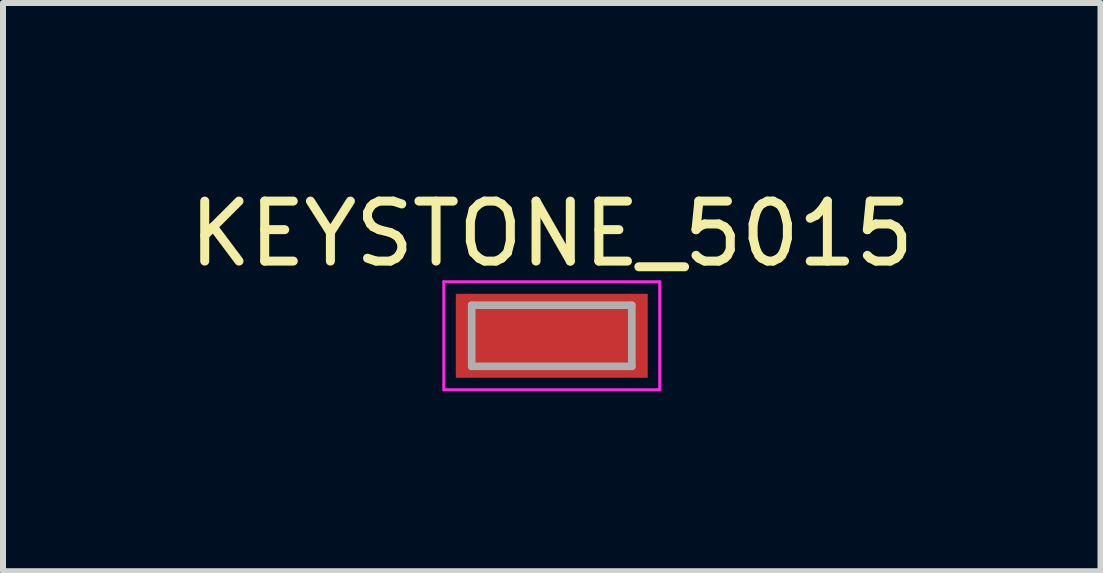
<source format=kicad_pcb>
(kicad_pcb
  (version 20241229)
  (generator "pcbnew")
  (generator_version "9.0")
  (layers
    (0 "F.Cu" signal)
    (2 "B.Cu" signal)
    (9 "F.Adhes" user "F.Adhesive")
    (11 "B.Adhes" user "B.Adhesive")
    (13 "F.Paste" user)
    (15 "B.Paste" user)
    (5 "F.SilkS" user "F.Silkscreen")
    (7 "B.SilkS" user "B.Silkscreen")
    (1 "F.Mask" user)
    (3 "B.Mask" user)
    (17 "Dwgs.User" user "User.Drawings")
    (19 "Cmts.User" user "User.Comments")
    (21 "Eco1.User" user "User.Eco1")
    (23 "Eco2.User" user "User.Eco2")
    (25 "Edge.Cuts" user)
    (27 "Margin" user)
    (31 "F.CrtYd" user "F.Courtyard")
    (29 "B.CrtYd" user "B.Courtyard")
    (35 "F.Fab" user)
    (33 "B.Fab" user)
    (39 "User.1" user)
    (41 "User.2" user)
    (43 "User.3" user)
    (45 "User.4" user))
  (footprint "KEYSTONE_5015"
    (layer "F.Cu")
    (at 6.149 2.548)
    (property "Reference" "KEYSTONE_5015" (at 0 -1.7 0) (layer "F.SilkS") (effects (font (size 1 1) (thickness 0.15))))
    (attr smd)
    (fp_line (start -1.8 -0.9) (end -1.8 0.9) (stroke (width 0.05) (type solid)) (layer "F.CrtYd"))
    (fp_line (start -1.8 0.9) (end 1.8 0.9) (stroke (width 0.05) (type solid)) (layer "F.CrtYd"))
    (fp_line (start 1.8 -0.9) (end -1.8 -0.9) (stroke (width 0.05) (type solid)) (layer "F.CrtYd"))
    (fp_line (start 1.8 0.9) (end 1.8 -0.9) (stroke (width 0.05) (type solid)) (layer "F.CrtYd"))
    (fp_line (start -1.335 -0.51) (end 1.335 -0.51) (stroke (width 0.127) (type solid)) (layer "F.Fab"))
    (fp_line (start -1.335 0.51) (end -1.335 -0.51) (stroke (width 0.127) (type solid)) (layer "F.Fab"))
    (fp_line (start 1.335 -0.51) (end 1.335 0.51) (stroke (width 0.127) (type solid)) (layer "F.Fab"))
    (fp_line (start 1.335 0.51) (end -1.335 0.51) (stroke (width 0.127) (type solid)) (layer "F.Fab"))
    (pad "1" smd rect (at 0 0) (size 3.2 1.4) (layers "F.Cu" "F.Mask" "F.Paste")))
  (gr_rect
    (start -3 -3)
    (end 15.298 6.473)
    (stroke (width 0.1) (type default))
    (fill no)
    (layer "Edge.Cuts")))
</source>
